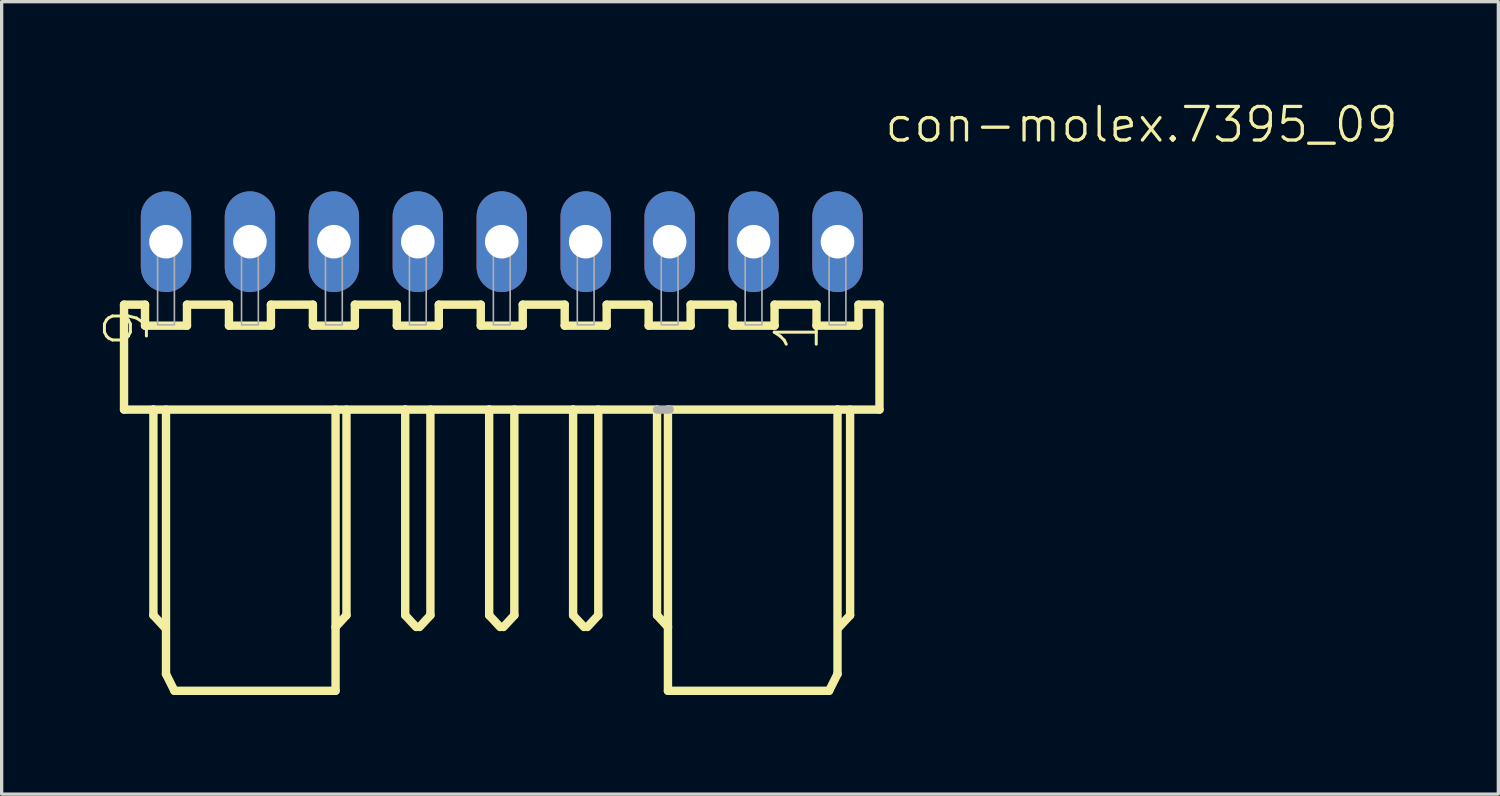
<source format=kicad_pcb>
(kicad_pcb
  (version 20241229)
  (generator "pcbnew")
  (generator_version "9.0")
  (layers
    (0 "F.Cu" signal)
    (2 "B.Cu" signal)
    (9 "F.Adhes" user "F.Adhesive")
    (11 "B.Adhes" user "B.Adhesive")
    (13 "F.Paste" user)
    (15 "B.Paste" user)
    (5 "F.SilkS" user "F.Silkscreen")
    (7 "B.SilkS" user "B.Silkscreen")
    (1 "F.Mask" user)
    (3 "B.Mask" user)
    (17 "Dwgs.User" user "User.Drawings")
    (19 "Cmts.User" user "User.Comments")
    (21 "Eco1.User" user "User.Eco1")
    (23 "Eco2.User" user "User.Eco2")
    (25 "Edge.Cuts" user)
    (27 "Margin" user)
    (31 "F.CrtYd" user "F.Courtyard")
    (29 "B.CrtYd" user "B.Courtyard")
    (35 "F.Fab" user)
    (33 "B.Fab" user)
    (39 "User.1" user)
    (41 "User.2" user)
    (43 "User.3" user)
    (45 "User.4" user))
  (footprint "con-molex.7395_09"
    (layer "F.Cu")
    (at 12.133 4.264)
    (property "Reference" "con-molex.7395_09" (at 11.53 -2.948 180) (layer "F.SilkS") (effects (font (size 1.016 1.016) (thickness 0.1)) (justify left bottom)))
    (attr through_hole)
    (fp_line (start -11.43 1.905) (end -11.43 5.08) (stroke (width 0.254) (type default)) (layer "F.SilkS"))
    (fp_line (start -11.43 5.08) (end -10.541 5.08) (stroke (width 0.254) (type default)) (layer "F.SilkS"))
    (fp_line (start -10.795 1.905) (end -11.43 1.905) (stroke (width 0.254) (type default)) (layer "F.SilkS"))
    (fp_line (start -10.795 2.54) (end -10.795 1.905) (stroke (width 0.254) (type default)) (layer "F.SilkS"))
    (fp_line (start -10.541 5.08) (end -10.541 11.303) (stroke (width 0.254) (type default)) (layer "F.SilkS"))
    (fp_line (start -10.541 5.08) (end -2.921 5.08) (stroke (width 0.254) (type default)) (layer "F.SilkS"))
    (fp_line (start -10.541 11.303) (end -10.211 11.659) (stroke (width 0.254) (type default)) (layer "F.SilkS"))
    (fp_line (start -10.16 5.08) (end -10.16 13.081) (stroke (width 0.254) (type default)) (layer "F.SilkS"))
    (fp_line (start -10.16 13.081) (end -9.906 13.589) (stroke (width 0.254) (type default)) (layer "F.SilkS"))
    (fp_line (start -9.906 13.589) (end -5.029 13.589) (stroke (width 0.254) (type default)) (layer "F.SilkS"))
    (fp_line (start -9.525 1.905) (end -9.525 2.54) (stroke (width 0.254) (type default)) (layer "F.SilkS"))
    (fp_line (start -9.525 2.54) (end -10.795 2.54) (stroke (width 0.254) (type default)) (layer "F.SilkS"))
    (fp_line (start -8.255 1.905) (end -9.525 1.905) (stroke (width 0.254) (type default)) (layer "F.SilkS"))
    (fp_line (start -8.255 2.54) (end -8.255 1.905) (stroke (width 0.254) (type default)) (layer "F.SilkS"))
    (fp_line (start -6.985 1.905) (end -6.985 2.54) (stroke (width 0.254) (type default)) (layer "F.SilkS"))
    (fp_line (start -6.985 2.54) (end -8.255 2.54) (stroke (width 0.254) (type default)) (layer "F.SilkS"))
    (fp_line (start -5.715 1.905) (end -6.985 1.905) (stroke (width 0.254) (type default)) (layer "F.SilkS"))
    (fp_line (start -5.715 2.54) (end -5.715 1.905) (stroke (width 0.254) (type default)) (layer "F.SilkS"))
    (fp_line (start -5.029 13.589) (end -5.029 5.08) (stroke (width 0.254) (type default)) (layer "F.SilkS"))
    (fp_line (start -4.699 5.08) (end -4.699 11.303) (stroke (width 0.254) (type default)) (layer "F.SilkS"))
    (fp_line (start -4.699 11.303) (end -5.029 11.659) (stroke (width 0.254) (type default)) (layer "F.SilkS"))
    (fp_line (start -4.445 1.905) (end -4.445 2.54) (stroke (width 0.254) (type default)) (layer "F.SilkS"))
    (fp_line (start -4.445 2.54) (end -5.715 2.54) (stroke (width 0.254) (type default)) (layer "F.SilkS"))
    (fp_line (start -3.175 1.905) (end -4.445 1.905) (stroke (width 0.254) (type default)) (layer "F.SilkS"))
    (fp_line (start -3.175 2.54) (end -3.175 1.905) (stroke (width 0.254) (type default)) (layer "F.SilkS"))
    (fp_line (start -2.921 5.08) (end -2.921 11.303) (stroke (width 0.254) (type default)) (layer "F.SilkS"))
    (fp_line (start -2.921 5.08) (end -0.381 5.08) (stroke (width 0.254) (type default)) (layer "F.SilkS"))
    (fp_line (start -2.921 11.303) (end -2.591 11.659) (stroke (width 0.254) (type default)) (layer "F.SilkS"))
    (fp_line (start -2.159 5.08) (end -2.159 11.303) (stroke (width 0.254) (type default)) (layer "F.SilkS"))
    (fp_line (start -2.159 11.303) (end -2.489 11.659) (stroke (width 0.254) (type default)) (layer "F.SilkS"))
    (fp_line (start -1.905 1.905) (end -1.905 2.54) (stroke (width 0.254) (type default)) (layer "F.SilkS"))
    (fp_line (start -1.905 2.54) (end -3.175 2.54) (stroke (width 0.254) (type default)) (layer "F.SilkS"))
    (fp_line (start -0.635 1.905) (end -1.905 1.905) (stroke (width 0.254) (type default)) (layer "F.SilkS"))
    (fp_line (start -0.635 2.54) (end -0.635 1.905) (stroke (width 0.254) (type default)) (layer "F.SilkS"))
    (fp_line (start -0.381 5.08) (end -0.381 11.303) (stroke (width 0.254) (type default)) (layer "F.SilkS"))
    (fp_line (start -0.381 5.08) (end 2.159 5.08) (stroke (width 0.254) (type default)) (layer "F.SilkS"))
    (fp_line (start -0.381 11.303) (end -0.051 11.659) (stroke (width 0.254) (type default)) (layer "F.SilkS"))
    (fp_line (start 0.381 5.08) (end 0.381 11.303) (stroke (width 0.254) (type default)) (layer "F.SilkS"))
    (fp_line (start 0.381 11.303) (end 0.051 11.659) (stroke (width 0.254) (type default)) (layer "F.SilkS"))
    (fp_line (start 0.635 1.905) (end 0.635 2.54) (stroke (width 0.254) (type default)) (layer "F.SilkS"))
    (fp_line (start 0.635 2.54) (end -0.635 2.54) (stroke (width 0.254) (type default)) (layer "F.SilkS"))
    (fp_line (start 1.905 1.905) (end 0.635 1.905) (stroke (width 0.254) (type default)) (layer "F.SilkS"))
    (fp_line (start 1.905 2.54) (end 1.905 1.905) (stroke (width 0.254) (type default)) (layer "F.SilkS"))
    (fp_line (start 2.159 5.08) (end 2.159 11.303) (stroke (width 0.254) (type default)) (layer "F.SilkS"))
    (fp_line (start 2.159 5.08) (end 4.699 5.08) (stroke (width 0.254) (type default)) (layer "F.SilkS"))
    (fp_line (start 2.159 11.303) (end 2.489 11.659) (stroke (width 0.254) (type default)) (layer "F.SilkS"))
    (fp_line (start 2.921 5.08) (end 2.921 11.303) (stroke (width 0.254) (type default)) (layer "F.SilkS"))
    (fp_line (start 2.921 11.303) (end 2.591 11.659) (stroke (width 0.254) (type default)) (layer "F.SilkS"))
    (fp_line (start 3.175 1.905) (end 3.175 2.54) (stroke (width 0.254) (type default)) (layer "F.SilkS"))
    (fp_line (start 3.175 2.54) (end 1.905 2.54) (stroke (width 0.254) (type default)) (layer "F.SilkS"))
    (fp_line (start 4.445 1.905) (end 3.175 1.905) (stroke (width 0.254) (type default)) (layer "F.SilkS"))
    (fp_line (start 4.445 2.54) (end 4.445 1.905) (stroke (width 0.254) (type default)) (layer "F.SilkS"))
    (fp_line (start 4.699 5.08) (end 4.699 11.303) (stroke (width 0.254) (type default)) (layer "F.SilkS"))
    (fp_line (start 4.699 5.08) (end 5.029 5.08) (stroke (width 0.127) (type default)) (layer "F.SilkS"))
    (fp_line (start 4.699 11.303) (end 5.029 11.659) (stroke (width 0.254) (type default)) (layer "F.SilkS"))
    (fp_line (start 5.029 5.08) (end 10.16 5.08) (stroke (width 0.254) (type default)) (layer "F.SilkS"))
    (fp_line (start 5.029 11.659) (end 5.029 5.08) (stroke (width 0.254) (type default)) (layer "F.SilkS"))
    (fp_line (start 5.029 13.589) (end 5.029 11.659) (stroke (width 0.254) (type default)) (layer "F.SilkS"))
    (fp_line (start 5.715 1.905) (end 5.715 2.54) (stroke (width 0.254) (type default)) (layer "F.SilkS"))
    (fp_line (start 5.715 2.54) (end 4.445 2.54) (stroke (width 0.254) (type default)) (layer "F.SilkS"))
    (fp_line (start 6.985 1.905) (end 5.715 1.905) (stroke (width 0.254) (type default)) (layer "F.SilkS"))
    (fp_line (start 6.985 2.54) (end 6.985 1.905) (stroke (width 0.254) (type default)) (layer "F.SilkS"))
    (fp_line (start 8.255 1.905) (end 8.255 2.54) (stroke (width 0.254) (type default)) (layer "F.SilkS"))
    (fp_line (start 8.255 2.54) (end 6.985 2.54) (stroke (width 0.254) (type default)) (layer "F.SilkS"))
    (fp_line (start 9.525 1.905) (end 8.255 1.905) (stroke (width 0.254) (type default)) (layer "F.SilkS"))
    (fp_line (start 9.525 2.54) (end 9.525 1.905) (stroke (width 0.254) (type default)) (layer "F.SilkS"))
    (fp_line (start 9.906 13.589) (end 5.029 13.589) (stroke (width 0.254) (type default)) (layer "F.SilkS"))
    (fp_line (start 10.16 5.08) (end 10.16 13.081) (stroke (width 0.254) (type default)) (layer "F.SilkS"))
    (fp_line (start 10.16 5.08) (end 11.43 5.08) (stroke (width 0.254) (type default)) (layer "F.SilkS"))
    (fp_line (start 10.16 13.081) (end 9.906 13.589) (stroke (width 0.254) (type default)) (layer "F.SilkS"))
    (fp_line (start 10.541 5.08) (end 10.541 11.303) (stroke (width 0.254) (type default)) (layer "F.SilkS"))
    (fp_line (start 10.541 11.303) (end 10.211 11.659) (stroke (width 0.254) (type default)) (layer "F.SilkS"))
    (fp_line (start 10.795 1.905) (end 10.795 2.54) (stroke (width 0.254) (type default)) (layer "F.SilkS"))
    (fp_line (start 10.795 2.54) (end 9.525 2.54) (stroke (width 0.254) (type default)) (layer "F.SilkS"))
    (fp_line (start 11.43 1.905) (end 10.795 1.905) (stroke (width 0.254) (type default)) (layer "F.SilkS"))
    (fp_line (start 11.43 5.08) (end 11.43 1.905) (stroke (width 0.254) (type default)) (layer "F.SilkS"))
    (fp_line (start 5.08 5.08) (end 4.699 5.08) (stroke (width 0.254) (type default)) (layer "F.Fab"))
    (fp_rect (start -10.414 0.254) (end -9.906 -0.254) (stroke (width 0.05) (type default)) (fill no) (layer "F.Fab"))
    (fp_rect (start -10.414 2.515) (end -9.906 0.279) (stroke (width 0.05) (type default)) (fill no) (layer "F.Fab"))
    (fp_rect (start -7.874 0.254) (end -7.366 -0.254) (stroke (width 0.05) (type default)) (fill no) (layer "F.Fab"))
    (fp_rect (start -7.874 2.515) (end -7.366 0.279) (stroke (width 0.05) (type default)) (fill no) (layer "F.Fab"))
    (fp_rect (start -5.334 0.254) (end -4.826 -0.254) (stroke (width 0.05) (type default)) (fill no) (layer "F.Fab"))
    (fp_rect (start -5.334 2.515) (end -4.826 0.279) (stroke (width 0.05) (type default)) (fill no) (layer "F.Fab"))
    (fp_rect (start -2.794 0.254) (end -2.286 -0.254) (stroke (width 0.05) (type default)) (fill no) (layer "F.Fab"))
    (fp_rect (start -2.794 2.515) (end -2.286 0.279) (stroke (width 0.05) (type default)) (fill no) (layer "F.Fab"))
    (fp_rect (start -0.254 0.254) (end 0.254 -0.254) (stroke (width 0.05) (type default)) (fill no) (layer "F.Fab"))
    (fp_rect (start -0.254 2.515) (end 0.254 0.279) (stroke (width 0.05) (type default)) (fill no) (layer "F.Fab"))
    (fp_rect (start 2.286 0.254) (end 2.794 -0.254) (stroke (width 0.05) (type default)) (fill no) (layer "F.Fab"))
    (fp_rect (start 2.286 2.515) (end 2.794 0.279) (stroke (width 0.05) (type default)) (fill no) (layer "F.Fab"))
    (fp_rect (start 4.826 0.254) (end 5.334 -0.254) (stroke (width 0.05) (type default)) (fill no) (layer "F.Fab"))
    (fp_rect (start 4.826 2.515) (end 5.334 0.279) (stroke (width 0.05) (type default)) (fill no) (layer "F.Fab"))
    (fp_rect (start 7.366 0.254) (end 7.874 -0.254) (stroke (width 0.05) (type default)) (fill no) (layer "F.Fab"))
    (fp_rect (start 7.366 2.515) (end 7.874 0.279) (stroke (width 0.05) (type default)) (fill no) (layer "F.Fab"))
    (fp_rect (start 9.906 0.254) (end 10.414 -0.254) (stroke (width 0.05) (type default)) (fill no) (layer "F.Fab"))
    (fp_rect (start 9.906 2.515) (end 10.414 0.279) (stroke (width 0.05) (type default)) (fill no) (layer "F.Fab"))
    (fp_text user "9" (at -10.593 3.275 270) (layer "F.SilkS") (effects (font (size 1.27 1.27) (thickness 0.09)) (justify left bottom)))
    (fp_text user "1" (at 9.676 3.402 270) (layer "F.SilkS") (effects (font (size 1.27 1.27) (thickness 0.09)) (justify left bottom)))
    (pad "1" thru_hole oval (at 10.16 0 90) (size 3.048 1.524) (drill 1.016) (layers "*.Cu" "*.Mask"))
    (pad "2" thru_hole oval (at 7.62 0 90) (size 3.048 1.524) (drill 1.016) (layers "*.Cu" "*.Mask"))
    (pad "3" thru_hole oval (at 5.08 0 90) (size 3.048 1.524) (drill 1.016) (layers "*.Cu" "*.Mask"))
    (pad "4" thru_hole oval (at 2.54 0 90) (size 3.048 1.524) (drill 1.016) (layers "*.Cu" "*.Mask"))
    (pad "5" thru_hole oval (at 0 0 90) (size 3.048 1.524) (drill 1.016) (layers "*.Cu" "*.Mask"))
    (pad "6" thru_hole oval (at -2.54 0 90) (size 3.048 1.524) (drill 1.016) (layers "*.Cu" "*.Mask"))
    (pad "7" thru_hole oval (at -5.08 0 90) (size 3.048 1.524) (drill 1.016) (layers "*.Cu" "*.Mask"))
    (pad "8" thru_hole oval (at -7.62 0 90) (size 3.048 1.524) (drill 1.016) (layers "*.Cu" "*.Mask"))
    (pad "9" thru_hole oval (at -10.16 0 90) (size 3.048 1.524) (drill 1.016) (layers "*.Cu" "*.Mask")))
  (gr_rect
    (start -3 -3)
    (end 42.29 20.98)
    (stroke (width 0.1) (type default))
    (fill no)
    (layer "Edge.Cuts")))
</source>
